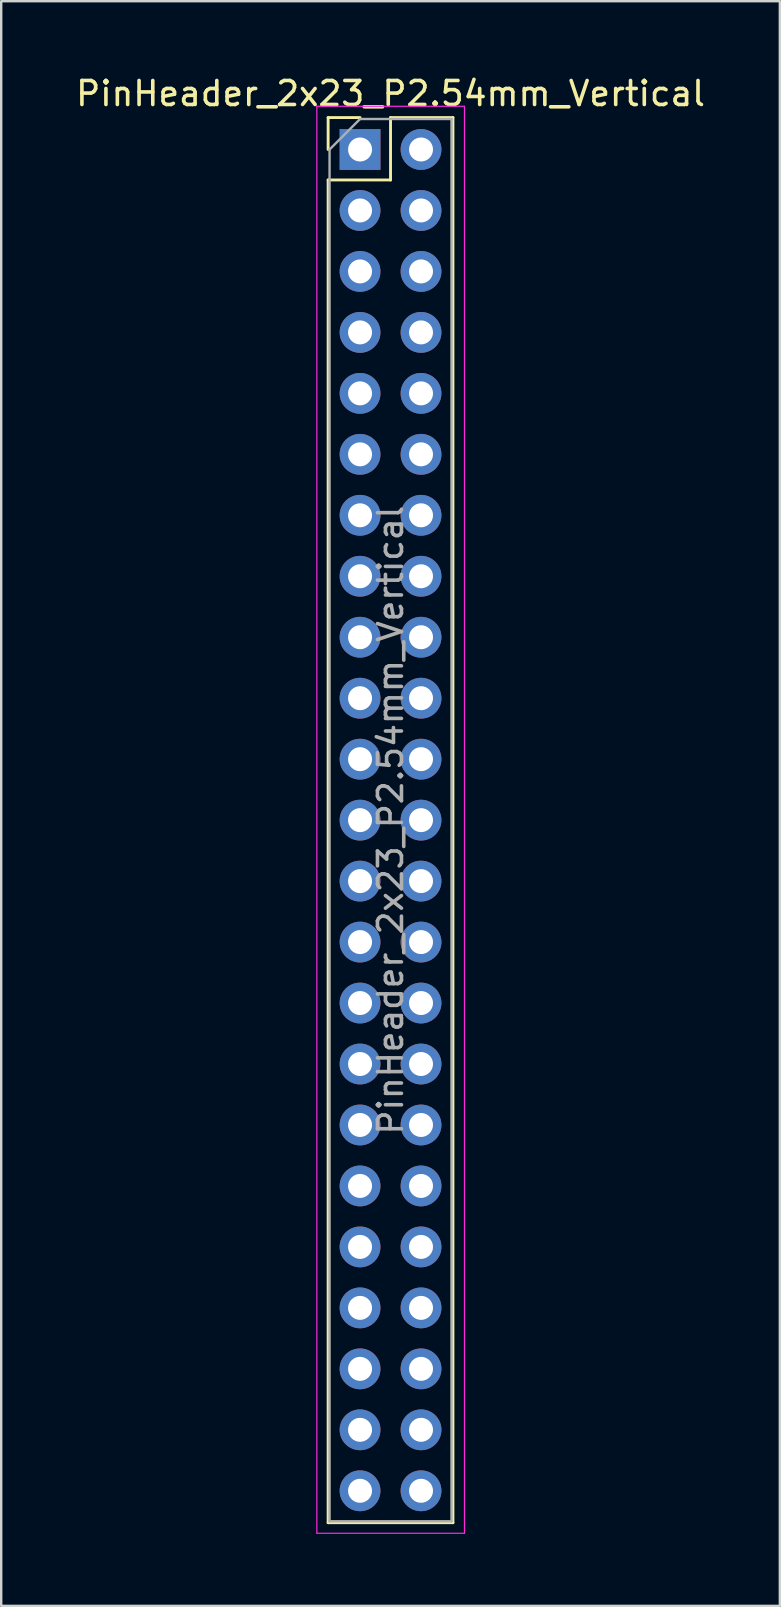
<source format=kicad_pcb>
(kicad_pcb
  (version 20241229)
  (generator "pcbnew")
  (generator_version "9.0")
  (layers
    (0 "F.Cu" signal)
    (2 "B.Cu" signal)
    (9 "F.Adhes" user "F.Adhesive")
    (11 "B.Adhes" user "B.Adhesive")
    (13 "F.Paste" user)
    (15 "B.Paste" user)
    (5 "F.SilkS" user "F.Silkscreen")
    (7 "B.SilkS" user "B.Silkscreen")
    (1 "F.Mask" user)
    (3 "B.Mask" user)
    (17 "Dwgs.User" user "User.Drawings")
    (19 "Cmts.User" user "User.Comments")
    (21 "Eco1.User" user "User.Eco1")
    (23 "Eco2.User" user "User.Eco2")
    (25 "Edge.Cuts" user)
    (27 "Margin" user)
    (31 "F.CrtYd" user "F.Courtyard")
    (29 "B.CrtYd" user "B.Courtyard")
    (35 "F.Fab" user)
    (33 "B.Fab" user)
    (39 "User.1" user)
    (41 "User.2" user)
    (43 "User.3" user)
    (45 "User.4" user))
  (footprint "PinHeader_2x23_P2.54mm_Vertical"
    (layer "F.Cu")
    (at 11.95 3.178)
    (property "Reference" "PinHeader_2x23_P2.54mm_Vertical" (at 1.27 -2.33 0) (layer "F.SilkS") (effects (font (size 1 1) (thickness 0.15))))
    (attr through_hole)
    (fp_line (start -1.33 -1.33) (end 0 -1.33) (stroke (width 0.12) (type solid)) (layer "F.SilkS"))
    (fp_line (start -1.33 0) (end -1.33 -1.33) (stroke (width 0.12) (type solid)) (layer "F.SilkS"))
    (fp_line (start -1.33 1.27) (end -1.33 57.21) (stroke (width 0.12) (type solid)) (layer "F.SilkS"))
    (fp_line (start -1.33 1.27) (end 1.27 1.27) (stroke (width 0.12) (type solid)) (layer "F.SilkS"))
    (fp_line (start -1.33 57.21) (end 3.87 57.21) (stroke (width 0.12) (type solid)) (layer "F.SilkS"))
    (fp_line (start 1.27 -1.33) (end 3.87 -1.33) (stroke (width 0.12) (type solid)) (layer "F.SilkS"))
    (fp_line (start 1.27 1.27) (end 1.27 -1.33) (stroke (width 0.12) (type solid)) (layer "F.SilkS"))
    (fp_line (start 3.87 -1.33) (end 3.87 57.21) (stroke (width 0.12) (type solid)) (layer "F.SilkS"))
    (fp_line (start -1.8 -1.8) (end -1.8 57.65) (stroke (width 0.05) (type solid)) (layer "F.CrtYd"))
    (fp_line (start -1.8 57.65) (end 4.35 57.65) (stroke (width 0.05) (type solid)) (layer "F.CrtYd"))
    (fp_line (start 4.35 -1.8) (end -1.8 -1.8) (stroke (width 0.05) (type solid)) (layer "F.CrtYd"))
    (fp_line (start 4.35 57.65) (end 4.35 -1.8) (stroke (width 0.05) (type solid)) (layer "F.CrtYd"))
    (fp_line (start -1.27 0) (end 0 -1.27) (stroke (width 0.1) (type solid)) (layer "F.Fab"))
    (fp_line (start -1.27 57.15) (end -1.27 0) (stroke (width 0.1) (type solid)) (layer "F.Fab"))
    (fp_line (start 0 -1.27) (end 3.81 -1.27) (stroke (width 0.1) (type solid)) (layer "F.Fab"))
    (fp_line (start 3.81 -1.27) (end 3.81 57.15) (stroke (width 0.1) (type solid)) (layer "F.Fab"))
    (fp_line (start 3.81 57.15) (end -1.27 57.15) (stroke (width 0.1) (type solid)) (layer "F.Fab"))
    (fp_text user "${REFERENCE}" (at 1.27 27.94 90) (layer "F.Fab") (effects (font (size 1 1) (thickness 0.15))))
    (pad "1" thru_hole rect (at 0 0) (size 1.7 1.7) (drill 1) (layers "*.Cu" "*.Mask"))
    (pad "2" thru_hole oval (at 2.54 0) (size 1.7 1.7) (drill 1) (layers "*.Cu" "*.Mask"))
    (pad "3" thru_hole oval (at 0 2.54) (size 1.7 1.7) (drill 1) (layers "*.Cu" "*.Mask"))
    (pad "4" thru_hole oval (at 2.54 2.54) (size 1.7 1.7) (drill 1) (layers "*.Cu" "*.Mask"))
    (pad "5" thru_hole oval (at 0 5.08) (size 1.7 1.7) (drill 1) (layers "*.Cu" "*.Mask"))
    (pad "6" thru_hole oval (at 2.54 5.08) (size 1.7 1.7) (drill 1) (layers "*.Cu" "*.Mask"))
    (pad "7" thru_hole oval (at 0 7.62) (size 1.7 1.7) (drill 1) (layers "*.Cu" "*.Mask"))
    (pad "8" thru_hole oval (at 2.54 7.62) (size 1.7 1.7) (drill 1) (layers "*.Cu" "*.Mask"))
    (pad "9" thru_hole oval (at 0 10.16) (size 1.7 1.7) (drill 1) (layers "*.Cu" "*.Mask"))
    (pad "10" thru_hole oval (at 2.54 10.16) (size 1.7 1.7) (drill 1) (layers "*.Cu" "*.Mask"))
    (pad "11" thru_hole oval (at 0 12.7) (size 1.7 1.7) (drill 1) (layers "*.Cu" "*.Mask"))
    (pad "12" thru_hole oval (at 2.54 12.7) (size 1.7 1.7) (drill 1) (layers "*.Cu" "*.Mask"))
    (pad "13" thru_hole oval (at 0 15.24) (size 1.7 1.7) (drill 1) (layers "*.Cu" "*.Mask"))
    (pad "14" thru_hole oval (at 2.54 15.24) (size 1.7 1.7) (drill 1) (layers "*.Cu" "*.Mask"))
    (pad "15" thru_hole oval (at 0 17.78) (size 1.7 1.7) (drill 1) (layers "*.Cu" "*.Mask"))
    (pad "16" thru_hole oval (at 2.54 17.78) (size 1.7 1.7) (drill 1) (layers "*.Cu" "*.Mask"))
    (pad "17" thru_hole oval (at 0 20.32) (size 1.7 1.7) (drill 1) (layers "*.Cu" "*.Mask"))
    (pad "18" thru_hole oval (at 2.54 20.32) (size 1.7 1.7) (drill 1) (layers "*.Cu" "*.Mask"))
    (pad "19" thru_hole oval (at 0 22.86) (size 1.7 1.7) (drill 1) (layers "*.Cu" "*.Mask"))
    (pad "20" thru_hole oval (at 2.54 22.86) (size 1.7 1.7) (drill 1) (layers "*.Cu" "*.Mask"))
    (pad "21" thru_hole oval (at 0 25.4) (size 1.7 1.7) (drill 1) (layers "*.Cu" "*.Mask"))
    (pad "22" thru_hole oval (at 2.54 25.4) (size 1.7 1.7) (drill 1) (layers "*.Cu" "*.Mask"))
    (pad "23" thru_hole oval (at 0 27.94) (size 1.7 1.7) (drill 1) (layers "*.Cu" "*.Mask"))
    (pad "24" thru_hole oval (at 2.54 27.94) (size 1.7 1.7) (drill 1) (layers "*.Cu" "*.Mask"))
    (pad "25" thru_hole oval (at 0 30.48) (size 1.7 1.7) (drill 1) (layers "*.Cu" "*.Mask"))
    (pad "26" thru_hole oval (at 2.54 30.48) (size 1.7 1.7) (drill 1) (layers "*.Cu" "*.Mask"))
    (pad "27" thru_hole oval (at 0 33.02) (size 1.7 1.7) (drill 1) (layers "*.Cu" "*.Mask"))
    (pad "28" thru_hole oval (at 2.54 33.02) (size 1.7 1.7) (drill 1) (layers "*.Cu" "*.Mask"))
    (pad "29" thru_hole oval (at 0 35.56) (size 1.7 1.7) (drill 1) (layers "*.Cu" "*.Mask"))
    (pad "30" thru_hole oval (at 2.54 35.56) (size 1.7 1.7) (drill 1) (layers "*.Cu" "*.Mask"))
    (pad "31" thru_hole oval (at 0 38.1) (size 1.7 1.7) (drill 1) (layers "*.Cu" "*.Mask"))
    (pad "32" thru_hole oval (at 2.54 38.1) (size 1.7 1.7) (drill 1) (layers "*.Cu" "*.Mask"))
    (pad "33" thru_hole oval (at 0 40.64) (size 1.7 1.7) (drill 1) (layers "*.Cu" "*.Mask"))
    (pad "34" thru_hole oval (at 2.54 40.64) (size 1.7 1.7) (drill 1) (layers "*.Cu" "*.Mask"))
    (pad "35" thru_hole oval (at 0 43.18) (size 1.7 1.7) (drill 1) (layers "*.Cu" "*.Mask"))
    (pad "36" thru_hole oval (at 2.54 43.18) (size 1.7 1.7) (drill 1) (layers "*.Cu" "*.Mask"))
    (pad "37" thru_hole oval (at 0 45.72) (size 1.7 1.7) (drill 1) (layers "*.Cu" "*.Mask"))
    (pad "38" thru_hole oval (at 2.54 45.72) (size 1.7 1.7) (drill 1) (layers "*.Cu" "*.Mask"))
    (pad "39" thru_hole oval (at 0 48.26) (size 1.7 1.7) (drill 1) (layers "*.Cu" "*.Mask"))
    (pad "40" thru_hole oval (at 2.54 48.26) (size 1.7 1.7) (drill 1) (layers "*.Cu" "*.Mask"))
    (pad "41" thru_hole oval (at 0 50.8) (size 1.7 1.7) (drill 1) (layers "*.Cu" "*.Mask"))
    (pad "42" thru_hole oval (at 2.54 50.8) (size 1.7 1.7) (drill 1) (layers "*.Cu" "*.Mask"))
    (pad "43" thru_hole oval (at 0 53.34) (size 1.7 1.7) (drill 1) (layers "*.Cu" "*.Mask"))
    (pad "44" thru_hole oval (at 2.54 53.34) (size 1.7 1.7) (drill 1) (layers "*.Cu" "*.Mask"))
    (pad "45" thru_hole oval (at 0 55.88) (size 1.7 1.7) (drill 1) (layers "*.Cu" "*.Mask"))
    (pad "46" thru_hole oval (at 2.54 55.88) (size 1.7 1.7) (drill 1) (layers "*.Cu" "*.Mask")))
  (gr_rect
    (start -3 -3)
    (end 29.44 63.853)
    (stroke (width 0.1) (type default))
    (fill no)
    (layer "Edge.Cuts")))
</source>
